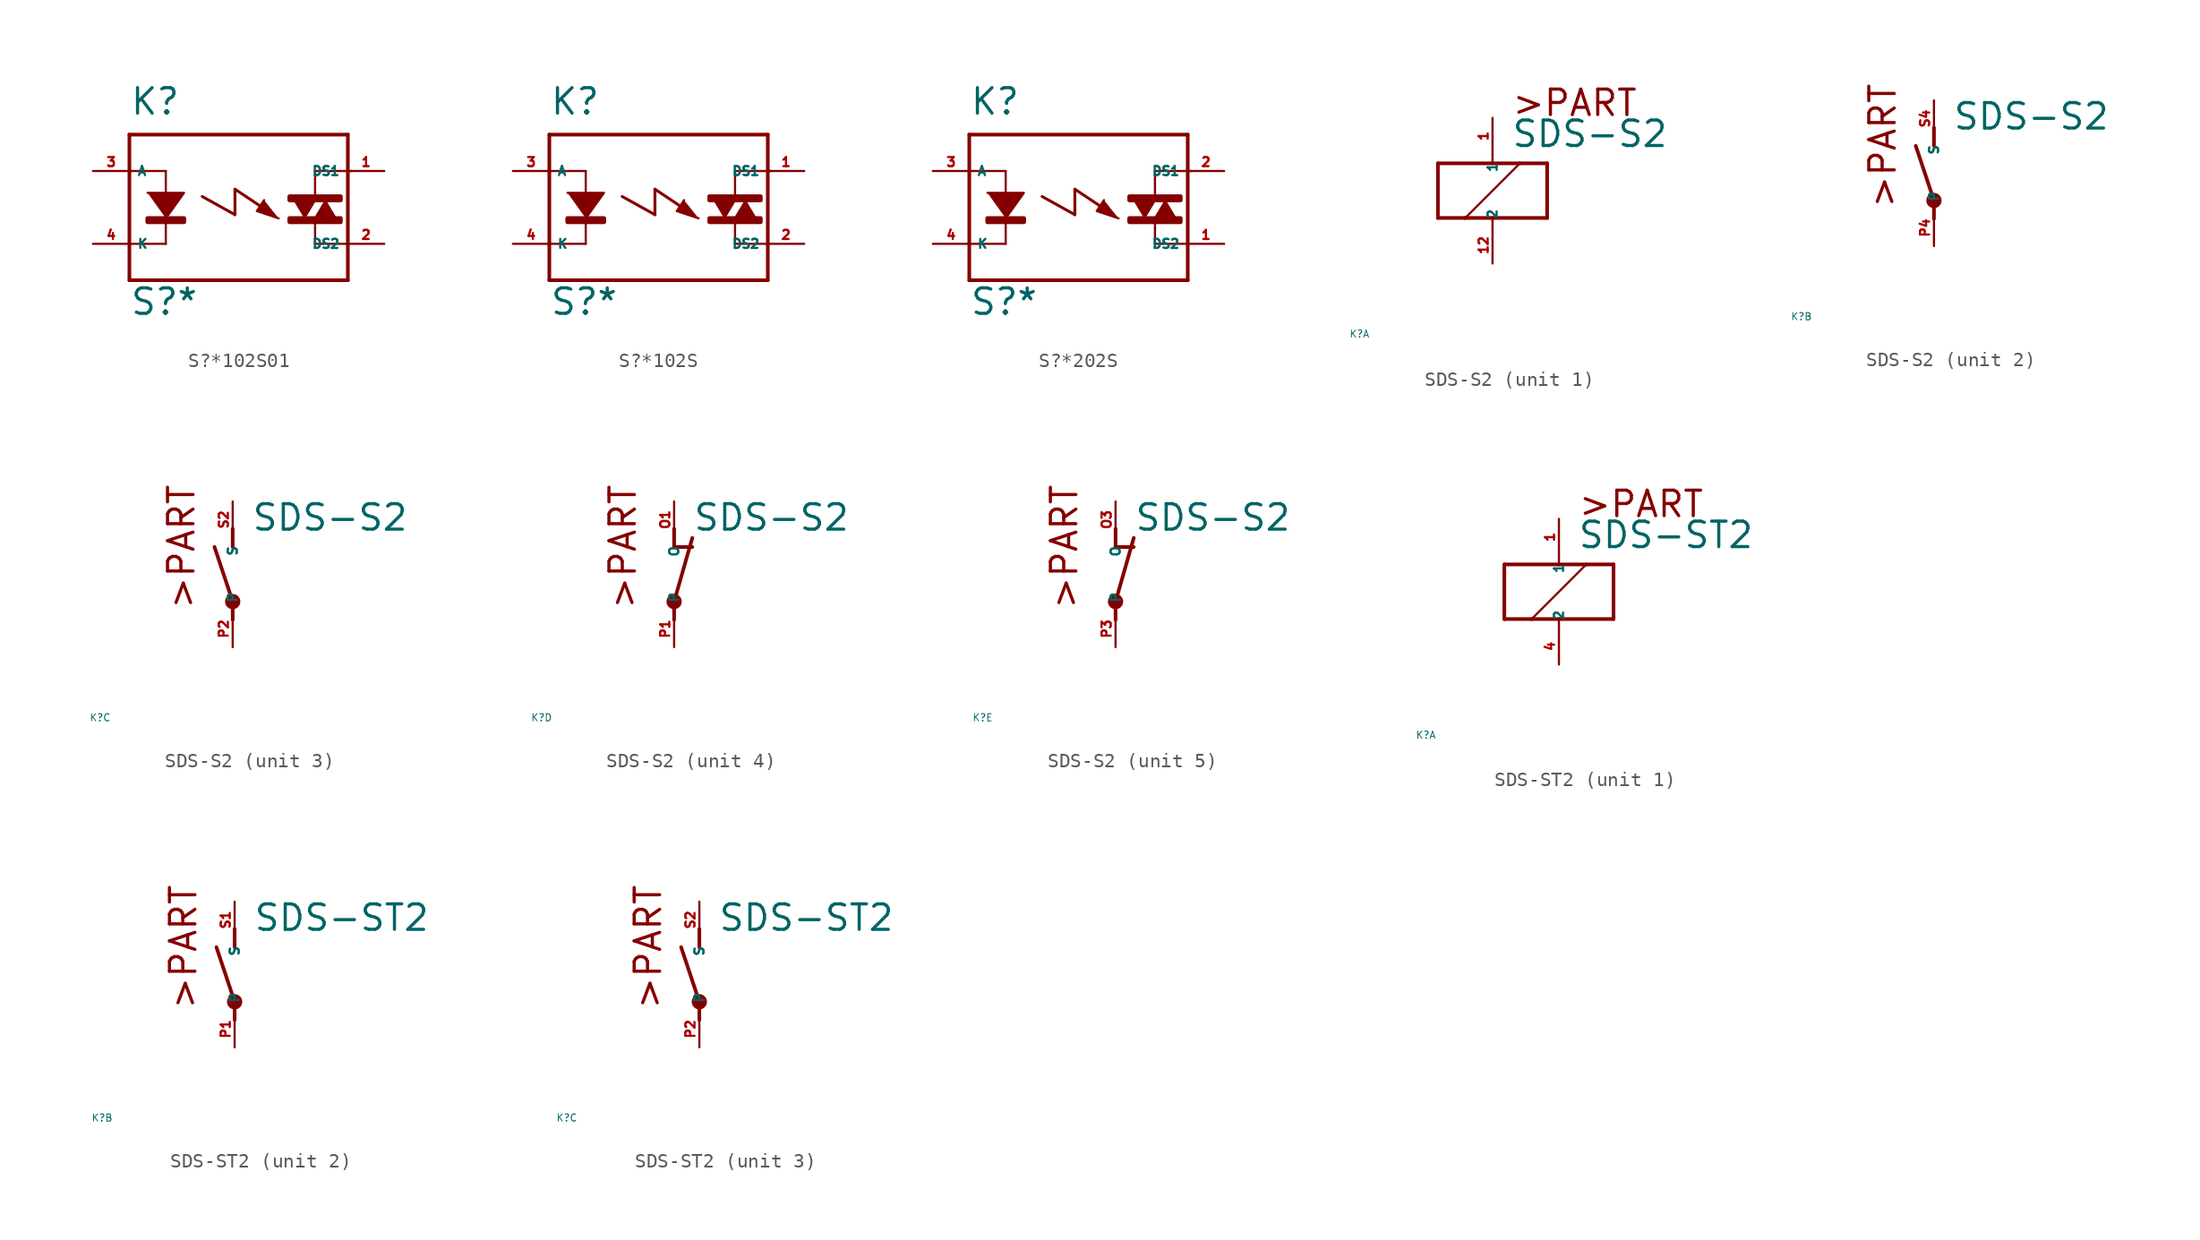
<source format=kicad_sym>
(kicad_symbol_lib
  (version 20220914)
  (generator Eagle2Kicad)
  (symbol "S?*102S01"
    (property "Reference" "K"
      (at -7.62 6.35 0)
      (effects (font (size 1.778 1.778) (thickness 0.22)) (justify left bottom)))
    (property "Value" "S?*"
      (at -7.62 -7.62 0)
      (effects (font (size 1.778 1.778) (thickness 0.22)) (justify left bottom)))
    (polyline
      (pts (xy -6.35 1.016) (xy -3.81 1.016) (xy -5.08 -0.762))
      (stroke (width 0.152) (type default))
      (fill (type outline)))
    (polyline
      (pts (xy 6.096 0.508) (xy 5.334 -0.762) (xy 6.858 -0.762))
      (stroke (width 0.152) (type default))
      (fill (type outline)))
    (polyline
      (pts (xy 1.778 0.508) (xy 1.27 -0.254) (xy 2.794 -0.762))
      (stroke (width 0.152) (type default))
      (fill (type outline)))
    (polyline
      (pts (xy 4.572 -0.762) (xy 5.334 0.508) (xy 3.81 0.508))
      (stroke (width 0.152) (type default))
      (fill (type outline)))
    (polyline
      (pts (xy -5.08 2.54) (xy -5.08 -2.54))
      (stroke (width 0.152) (type default))
      (fill (type none)))
    (polyline
      (pts (xy -7.62 5.08) (xy -7.62 2.54))
      (stroke (width 0.254) (type default))
      (fill (type none)))
    (polyline
      (pts (xy -7.62 2.54) (xy -7.62 -2.54))
      (stroke (width 0.254) (type default))
      (fill (type none)))
    (polyline
      (pts (xy -7.62 -2.54) (xy -7.62 -5.08))
      (stroke (width 0.254) (type default))
      (fill (type none)))
    (polyline
      (pts (xy -7.62 -5.08) (xy 7.62 -5.08))
      (stroke (width 0.254) (type default))
      (fill (type none)))
    (polyline
      (pts (xy 5.334 2.54) (xy 7.874 2.54))
      (stroke (width 0.152) (type default))
      (fill (type none)))
    (polyline
      (pts (xy 5.334 -2.54) (xy 7.62 -2.54))
      (stroke (width 0.152) (type default))
      (fill (type none)))
    (polyline
      (pts (xy 7.62 -5.08) (xy 7.62 5.08))
      (stroke (width 0.254) (type default))
      (fill (type none)))
    (polyline
      (pts (xy 7.62 5.08) (xy -7.62 5.08))
      (stroke (width 0.254) (type default))
      (fill (type none)))
    (polyline
      (pts (xy 5.334 2.54) (xy 5.334 0.762))
      (stroke (width 0.152) (type default))
      (fill (type none)))
    (polyline
      (pts (xy 5.334 -1.016) (xy 5.334 -2.54))
      (stroke (width 0.152) (type default))
      (fill (type none)))
    (polyline
      (pts (xy -5.08 2.54) (xy -7.62 2.54))
      (stroke (width 0.152) (type default))
      (fill (type none)))
    (polyline
      (pts (xy -5.08 -2.54) (xy -7.62 -2.54))
      (stroke (width 0.152) (type default))
      (fill (type none)))
    (polyline
      (pts (xy -2.54 0.762) (xy -0.254 -0.508))
      (stroke (width 0.203) (type default))
      (fill (type none)))
    (polyline
      (pts (xy -0.254 -0.508) (xy -0.254 1.27))
      (stroke (width 0.203) (type default))
      (fill (type none)))
    (polyline
      (pts (xy -0.254 1.27) (xy 1.651 0))
      (stroke (width 0.203) (type default))
      (fill (type none)))
    (rectangle
      (start -6.35 -1.016)
      (end -3.81 -0.762)
      (stroke (width 0.3) (type default))
      (fill (type outline)))
    (rectangle
      (start 3.556 0.508)
      (end 7.112 0.762)
      (stroke (width 0.3) (type default))
      (fill (type outline)))
    (rectangle
      (start 3.556 -1.016)
      (end 7.112 -0.762)
      (stroke (width 0.3) (type default))
      (fill (type outline)))
    (pin passive line
      (at -10.16 2.54 0)
      (length 2.54)
      (name "A" (effects (font (size 0.635 0.635) (thickness 0.08)) (justify left bottom)))
      (number "3" (effects (font (size 0.635 0.635) (thickness 0.08)) (justify left bottom))))
    (pin passive line
      (at -10.16 -2.54 0)
      (length 2.54)
      (name "K" (effects (font (size 0.635 0.635) (thickness 0.08)) (justify left bottom)))
      (number "4" (effects (font (size 0.635 0.635) (thickness 0.08)) (justify left bottom))))
    (pin passive line
      (at 10.16 2.54 180)
      (length 2.54)
      (name "DS1" (effects (font (size 0.635 0.635) (thickness 0.08)) (justify left bottom)))
      (number "1" (effects (font (size 0.635 0.635) (thickness 0.08)) (justify left bottom))))
    (pin passive line
      (at 10.16 -2.54 180)
      (length 2.54)
      (name "DS2" (effects (font (size 0.635 0.635) (thickness 0.08)) (justify left bottom)))
      (number "2" (effects (font (size 0.635 0.635) (thickness 0.08)) (justify left bottom)))))
  (symbol "S?*102S"
    (property "Reference" "K"
      (at -7.62 6.35 0)
      (effects (font (size 1.778 1.778) (thickness 0.22)) (justify left bottom)))
    (property "Value" "S?*"
      (at -7.62 -7.62 0)
      (effects (font (size 1.778 1.778) (thickness 0.22)) (justify left bottom)))
    (polyline
      (pts (xy -6.35 1.016) (xy -3.81 1.016) (xy -5.08 -0.762))
      (stroke (width 0.152) (type default))
      (fill (type outline)))
    (polyline
      (pts (xy 6.096 0.508) (xy 5.334 -0.762) (xy 6.858 -0.762))
      (stroke (width 0.152) (type default))
      (fill (type outline)))
    (polyline
      (pts (xy 1.778 0.508) (xy 1.27 -0.254) (xy 2.794 -0.762))
      (stroke (width 0.152) (type default))
      (fill (type outline)))
    (polyline
      (pts (xy 4.572 -0.762) (xy 5.334 0.508) (xy 3.81 0.508))
      (stroke (width 0.152) (type default))
      (fill (type outline)))
    (polyline
      (pts (xy -5.08 2.54) (xy -5.08 -2.54))
      (stroke (width 0.152) (type default))
      (fill (type none)))
    (polyline
      (pts (xy -7.62 5.08) (xy -7.62 2.54))
      (stroke (width 0.254) (type default))
      (fill (type none)))
    (polyline
      (pts (xy -7.62 2.54) (xy -7.62 -2.54))
      (stroke (width 0.254) (type default))
      (fill (type none)))
    (polyline
      (pts (xy -7.62 -2.54) (xy -7.62 -5.08))
      (stroke (width 0.254) (type default))
      (fill (type none)))
    (polyline
      (pts (xy -7.62 -5.08) (xy 7.62 -5.08))
      (stroke (width 0.254) (type default))
      (fill (type none)))
    (polyline
      (pts (xy 5.334 2.54) (xy 7.874 2.54))
      (stroke (width 0.152) (type default))
      (fill (type none)))
    (polyline
      (pts (xy 5.334 -2.54) (xy 7.62 -2.54))
      (stroke (width 0.152) (type default))
      (fill (type none)))
    (polyline
      (pts (xy 7.62 -5.08) (xy 7.62 5.08))
      (stroke (width 0.254) (type default))
      (fill (type none)))
    (polyline
      (pts (xy 7.62 5.08) (xy -7.62 5.08))
      (stroke (width 0.254) (type default))
      (fill (type none)))
    (polyline
      (pts (xy 5.334 2.54) (xy 5.334 0.762))
      (stroke (width 0.152) (type default))
      (fill (type none)))
    (polyline
      (pts (xy 5.334 -1.016) (xy 5.334 -2.54))
      (stroke (width 0.152) (type default))
      (fill (type none)))
    (polyline
      (pts (xy -5.08 2.54) (xy -7.62 2.54))
      (stroke (width 0.152) (type default))
      (fill (type none)))
    (polyline
      (pts (xy -5.08 -2.54) (xy -7.62 -2.54))
      (stroke (width 0.152) (type default))
      (fill (type none)))
    (polyline
      (pts (xy -2.54 0.762) (xy -0.254 -0.508))
      (stroke (width 0.203) (type default))
      (fill (type none)))
    (polyline
      (pts (xy -0.254 -0.508) (xy -0.254 1.27))
      (stroke (width 0.203) (type default))
      (fill (type none)))
    (polyline
      (pts (xy -0.254 1.27) (xy 1.651 0))
      (stroke (width 0.203) (type default))
      (fill (type none)))
    (rectangle
      (start -6.35 -1.016)
      (end -3.81 -0.762)
      (stroke (width 0.3) (type default))
      (fill (type outline)))
    (rectangle
      (start 3.556 0.508)
      (end 7.112 0.762)
      (stroke (width 0.3) (type default))
      (fill (type outline)))
    (rectangle
      (start 3.556 -1.016)
      (end 7.112 -0.762)
      (stroke (width 0.3) (type default))
      (fill (type outline)))
    (pin passive line
      (at -10.16 2.54 0)
      (length 2.54)
      (name "A" (effects (font (size 0.635 0.635) (thickness 0.08)) (justify left bottom)))
      (number "3" (effects (font (size 0.635 0.635) (thickness 0.08)) (justify left bottom))))
    (pin passive line
      (at -10.16 -2.54 0)
      (length 2.54)
      (name "K" (effects (font (size 0.635 0.635) (thickness 0.08)) (justify left bottom)))
      (number "4" (effects (font (size 0.635 0.635) (thickness 0.08)) (justify left bottom))))
    (pin passive line
      (at 10.16 2.54 180)
      (length 2.54)
      (name "DS1" (effects (font (size 0.635 0.635) (thickness 0.08)) (justify left bottom)))
      (number "1" (effects (font (size 0.635 0.635) (thickness 0.08)) (justify left bottom))))
    (pin passive line
      (at 10.16 -2.54 180)
      (length 2.54)
      (name "DS2" (effects (font (size 0.635 0.635) (thickness 0.08)) (justify left bottom)))
      (number "2" (effects (font (size 0.635 0.635) (thickness 0.08)) (justify left bottom)))))
  (symbol "S?*202S"
    (property "Reference" "K"
      (at -7.62 6.35 0)
      (effects (font (size 1.778 1.778) (thickness 0.22)) (justify left bottom)))
    (property "Value" "S?*"
      (at -7.62 -7.62 0)
      (effects (font (size 1.778 1.778) (thickness 0.22)) (justify left bottom)))
    (polyline
      (pts (xy -6.35 1.016) (xy -3.81 1.016) (xy -5.08 -0.762))
      (stroke (width 0.152) (type default))
      (fill (type outline)))
    (polyline
      (pts (xy 6.096 0.508) (xy 5.334 -0.762) (xy 6.858 -0.762))
      (stroke (width 0.152) (type default))
      (fill (type outline)))
    (polyline
      (pts (xy 1.778 0.508) (xy 1.27 -0.254) (xy 2.794 -0.762))
      (stroke (width 0.152) (type default))
      (fill (type outline)))
    (polyline
      (pts (xy 4.572 -0.762) (xy 5.334 0.508) (xy 3.81 0.508))
      (stroke (width 0.152) (type default))
      (fill (type outline)))
    (polyline
      (pts (xy -5.08 2.54) (xy -5.08 -2.54))
      (stroke (width 0.152) (type default))
      (fill (type none)))
    (polyline
      (pts (xy -7.62 5.08) (xy -7.62 2.54))
      (stroke (width 0.254) (type default))
      (fill (type none)))
    (polyline
      (pts (xy -7.62 2.54) (xy -7.62 -2.54))
      (stroke (width 0.254) (type default))
      (fill (type none)))
    (polyline
      (pts (xy -7.62 -2.54) (xy -7.62 -5.08))
      (stroke (width 0.254) (type default))
      (fill (type none)))
    (polyline
      (pts (xy -7.62 -5.08) (xy 7.62 -5.08))
      (stroke (width 0.254) (type default))
      (fill (type none)))
    (polyline
      (pts (xy 5.334 2.54) (xy 7.874 2.54))
      (stroke (width 0.152) (type default))
      (fill (type none)))
    (polyline
      (pts (xy 5.334 -2.54) (xy 7.62 -2.54))
      (stroke (width 0.152) (type default))
      (fill (type none)))
    (polyline
      (pts (xy 7.62 -5.08) (xy 7.62 5.08))
      (stroke (width 0.254) (type default))
      (fill (type none)))
    (polyline
      (pts (xy 7.62 5.08) (xy -7.62 5.08))
      (stroke (width 0.254) (type default))
      (fill (type none)))
    (polyline
      (pts (xy 5.334 2.54) (xy 5.334 0.762))
      (stroke (width 0.152) (type default))
      (fill (type none)))
    (polyline
      (pts (xy 5.334 -1.016) (xy 5.334 -2.54))
      (stroke (width 0.152) (type default))
      (fill (type none)))
    (polyline
      (pts (xy -5.08 2.54) (xy -7.62 2.54))
      (stroke (width 0.152) (type default))
      (fill (type none)))
    (polyline
      (pts (xy -5.08 -2.54) (xy -7.62 -2.54))
      (stroke (width 0.152) (type default))
      (fill (type none)))
    (polyline
      (pts (xy -2.54 0.762) (xy -0.254 -0.508))
      (stroke (width 0.203) (type default))
      (fill (type none)))
    (polyline
      (pts (xy -0.254 -0.508) (xy -0.254 1.27))
      (stroke (width 0.203) (type default))
      (fill (type none)))
    (polyline
      (pts (xy -0.254 1.27) (xy 1.651 0))
      (stroke (width 0.203) (type default))
      (fill (type none)))
    (rectangle
      (start -6.35 -1.016)
      (end -3.81 -0.762)
      (stroke (width 0.3) (type default))
      (fill (type outline)))
    (rectangle
      (start 3.556 0.508)
      (end 7.112 0.762)
      (stroke (width 0.3) (type default))
      (fill (type outline)))
    (rectangle
      (start 3.556 -1.016)
      (end 7.112 -0.762)
      (stroke (width 0.3) (type default))
      (fill (type outline)))
    (pin passive line
      (at -10.16 2.54 0)
      (length 2.54)
      (name "A" (effects (font (size 0.635 0.635) (thickness 0.08)) (justify left bottom)))
      (number "3" (effects (font (size 0.635 0.635) (thickness 0.08)) (justify left bottom))))
    (pin passive line
      (at -10.16 -2.54 0)
      (length 2.54)
      (name "K" (effects (font (size 0.635 0.635) (thickness 0.08)) (justify left bottom)))
      (number "4" (effects (font (size 0.635 0.635) (thickness 0.08)) (justify left bottom))))
    (pin passive line
      (at 10.16 2.54 180)
      (length 2.54)
      (name "DS1" (effects (font (size 0.635 0.635) (thickness 0.08)) (justify left bottom)))
      (number "2" (effects (font (size 0.635 0.635) (thickness 0.08)) (justify left bottom))))
    (pin passive line
      (at 10.16 -2.54 180)
      (length 2.54)
      (name "DS2" (effects (font (size 0.635 0.635) (thickness 0.08)) (justify left bottom)))
      (number "1" (effects (font (size 0.635 0.635) (thickness 0.08)) (justify left bottom)))))
  (symbol "SDS-S2"
    (property "Reference" "K"
      (at -10 -10 0)
      (effects (font (size 0.5 0.5) (thickness 0.06)) (justify left)))
    (property "Value" "SDS-S2"
      (at 1.27 2.921 0)
      (effects (font (size 1.778 1.778) (thickness 0.22)) (justify left bottom)))
    (symbol "SDS-S2_1_0"
      (polyline (pts (xy -3.81 -1.905) (xy -1.905 -1.905)) (stroke (width 0.254) (type default)) (fill (type none)))
      (polyline (pts (xy 3.81 -1.905) (xy 3.81 1.905)) (stroke (width 0.254) (type default)) (fill (type none)))
      (polyline (pts (xy 3.81 1.905) (xy 1.905 1.905)) (stroke (width 0.254) (type default)) (fill (type none)))
      (polyline (pts (xy -3.81 1.905) (xy -3.81 -1.905)) (stroke (width 0.254) (type default)) (fill (type none)))
      (polyline (pts (xy 0 -2.54) (xy 0 -1.905)) (stroke (width 0.152) (type default)) (fill (type none)))
      (polyline (pts (xy 0 -1.905) (xy 3.81 -1.905)) (stroke (width 0.254) (type default)) (fill (type none)))
      (polyline (pts (xy 0 2.54) (xy 0 1.905)) (stroke (width 0.152) (type default)) (fill (type none)))
      (polyline (pts (xy 0 1.905) (xy -3.81 1.905)) (stroke (width 0.254) (type default)) (fill (type none)))
      (polyline (pts (xy -1.905 -1.905) (xy 1.905 1.905)) (stroke (width 0.152) (type default)) (fill (type none)))
      (polyline (pts (xy -1.905 -1.905) (xy 0 -1.905)) (stroke (width 0.254) (type default)) (fill (type none)))
      (polyline (pts (xy 1.905 1.905) (xy 0 1.905)) (stroke (width 0.254) (type default)) (fill (type none)))
      (text ">PART" (at 1.27 5.08 0) (effects (font (size 1.778 1.778) (thickness 0.22)) (justify left bottom)))
      (pin passive line (at 0 -5.08 90) (length 2.54) (name "2" (effects (font (size 0.635 0.635) (thickness 0.08)) (justify left bottom))) (number "12" (effects (font (size 0.635 0.635) (thickness 0.08)) (justify left bottom))))
      (pin passive line (at 0 5.08 270) (length 2.54) (name "1" (effects (font (size 0.635 0.635) (thickness 0.08)) (justify left bottom))) (number "1" (effects (font (size 0.635 0.635) (thickness 0.08)) (justify left bottom)))))
    (symbol "SDS-S2_2_0"
      (polyline (pts (xy 0 3.175) (xy 0 1.905)) (stroke (width 0.254) (type default)) (fill (type none)))
      (polyline (pts (xy 0 -3.175) (xy 0 -1.905)) (stroke (width 0.254) (type default)) (fill (type none)))
      (polyline (pts (xy 0 -1.905) (xy -1.27 1.905)) (stroke (width 0.254) (type default)) (fill (type none)))
      (text ">PART" (at -2.54 -2.54 900) (effects (font (size 1.778 1.778) (thickness 0.22)) (justify left bottom)))
      (circle (center 0 -1.905) (radius 0.127) (stroke (width 0.406) (type default)) (fill (type none)))
      (pin passive line (at 0 -5.08 90) (length 2.54) (name "P" (effects (font (size 0.635 0.635) (thickness 0.08)) (justify left bottom))) (number "P4" (effects (font (size 0.635 0.635) (thickness 0.08)) (justify left bottom))))
      (pin passive line (at 0 5.08 270) (length 2.54) (name "S" (effects (font (size 0.635 0.635) (thickness 0.08)) (justify left bottom))) (number "S4" (effects (font (size 0.635 0.635) (thickness 0.08)) (justify left bottom)))))
    (symbol "SDS-S2_3_0"
      (polyline (pts (xy 0 3.175) (xy 0 1.905)) (stroke (width 0.254) (type default)) (fill (type none)))
      (polyline (pts (xy 0 -3.175) (xy 0 -1.905)) (stroke (width 0.254) (type default)) (fill (type none)))
      (polyline (pts (xy 0 -1.905) (xy -1.27 1.905)) (stroke (width 0.254) (type default)) (fill (type none)))
      (text ">PART" (at -2.54 -2.54 900) (effects (font (size 1.778 1.778) (thickness 0.22)) (justify left bottom)))
      (circle (center 0 -1.905) (radius 0.127) (stroke (width 0.406) (type default)) (fill (type none)))
      (pin passive line (at 0 -5.08 90) (length 2.54) (name "P" (effects (font (size 0.635 0.635) (thickness 0.08)) (justify left bottom))) (number "P2" (effects (font (size 0.635 0.635) (thickness 0.08)) (justify left bottom))))
      (pin passive line (at 0 5.08 270) (length 2.54) (name "S" (effects (font (size 0.635 0.635) (thickness 0.08)) (justify left bottom))) (number "S2" (effects (font (size 0.635 0.635) (thickness 0.08)) (justify left bottom)))))
    (symbol "SDS-S2_4_0"
      (polyline (pts (xy 0 -1.905) (xy 1.27 2.54)) (stroke (width 0.254) (type default)) (fill (type none)))
      (polyline (pts (xy 1.27 1.905) (xy 0 1.905)) (stroke (width 0.254) (type default)) (fill (type none)))
      (polyline (pts (xy 0 1.905) (xy 0 3.175)) (stroke (width 0.254) (type default)) (fill (type none)))
      (polyline (pts (xy 0 -3.175) (xy 0 -1.905)) (stroke (width 0.254) (type default)) (fill (type none)))
      (text ">PART" (at -2.54 -2.54 900) (effects (font (size 1.778 1.778) (thickness 0.22)) (justify left bottom)))
      (circle (center 0 -1.905) (radius 0.127) (stroke (width 0.406) (type default)) (fill (type none)))
      (pin passive line (at 0 -5.08 90) (length 2.54) (name "P" (effects (font (size 0.635 0.635) (thickness 0.08)) (justify left bottom))) (number "P1" (effects (font (size 0.635 0.635) (thickness 0.08)) (justify left bottom))))
      (pin passive line (at 0 5.08 270) (length 2.54) (name "O" (effects (font (size 0.635 0.635) (thickness 0.08)) (justify left bottom))) (number "O1" (effects (font (size 0.635 0.635) (thickness 0.08)) (justify left bottom)))))
    (symbol "SDS-S2_5_0"
      (polyline (pts (xy 0 -1.905) (xy 1.27 2.54)) (stroke (width 0.254) (type default)) (fill (type none)))
      (polyline (pts (xy 1.27 1.905) (xy 0 1.905)) (stroke (width 0.254) (type default)) (fill (type none)))
      (polyline (pts (xy 0 1.905) (xy 0 3.175)) (stroke (width 0.254) (type default)) (fill (type none)))
      (polyline (pts (xy 0 -3.175) (xy 0 -1.905)) (stroke (width 0.254) (type default)) (fill (type none)))
      (text ">PART" (at -2.54 -2.54 900) (effects (font (size 1.778 1.778) (thickness 0.22)) (justify left bottom)))
      (circle (center 0 -1.905) (radius 0.127) (stroke (width 0.406) (type default)) (fill (type none)))
      (pin passive line (at 0 -5.08 90) (length 2.54) (name "P" (effects (font (size 0.635 0.635) (thickness 0.08)) (justify left bottom))) (number "P3" (effects (font (size 0.635 0.635) (thickness 0.08)) (justify left bottom))))
      (pin passive line (at 0 5.08 270) (length 2.54) (name "O" (effects (font (size 0.635 0.635) (thickness 0.08)) (justify left bottom))) (number "O3" (effects (font (size 0.635 0.635) (thickness 0.08)) (justify left bottom))))))
  (symbol "SDS-ST2"
    (property "Reference" "K"
      (at -10 -10 0)
      (effects (font (size 0.5 0.5) (thickness 0.06)) (justify left)))
    (property "Value" "SDS-ST2"
      (at 1.27 2.921 0)
      (effects (font (size 1.778 1.778) (thickness 0.22)) (justify left bottom)))
    (symbol "SDS-ST2_1_0"
      (polyline (pts (xy -3.81 -1.905) (xy -1.905 -1.905)) (stroke (width 0.254) (type default)) (fill (type none)))
      (polyline (pts (xy 3.81 -1.905) (xy 3.81 1.905)) (stroke (width 0.254) (type default)) (fill (type none)))
      (polyline (pts (xy 3.81 1.905) (xy 1.905 1.905)) (stroke (width 0.254) (type default)) (fill (type none)))
      (polyline (pts (xy -3.81 1.905) (xy -3.81 -1.905)) (stroke (width 0.254) (type default)) (fill (type none)))
      (polyline (pts (xy 0 -2.54) (xy 0 -1.905)) (stroke (width 0.152) (type default)) (fill (type none)))
      (polyline (pts (xy 0 -1.905) (xy 3.81 -1.905)) (stroke (width 0.254) (type default)) (fill (type none)))
      (polyline (pts (xy 0 2.54) (xy 0 1.905)) (stroke (width 0.152) (type default)) (fill (type none)))
      (polyline (pts (xy 0 1.905) (xy -3.81 1.905)) (stroke (width 0.254) (type default)) (fill (type none)))
      (polyline (pts (xy -1.905 -1.905) (xy 1.905 1.905)) (stroke (width 0.152) (type default)) (fill (type none)))
      (polyline (pts (xy -1.905 -1.905) (xy 0 -1.905)) (stroke (width 0.254) (type default)) (fill (type none)))
      (polyline (pts (xy 1.905 1.905) (xy 0 1.905)) (stroke (width 0.254) (type default)) (fill (type none)))
      (text ">PART" (at 1.27 5.08 0) (effects (font (size 1.778 1.778) (thickness 0.22)) (justify left bottom)))
      (pin passive line (at 0 -5.08 90) (length 2.54) (name "2" (effects (font (size 0.635 0.635) (thickness 0.08)) (justify left bottom))) (number "4" (effects (font (size 0.635 0.635) (thickness 0.08)) (justify left bottom))))
      (pin passive line (at 0 5.08 270) (length 2.54) (name "1" (effects (font (size 0.635 0.635) (thickness 0.08)) (justify left bottom))) (number "1" (effects (font (size 0.635 0.635) (thickness 0.08)) (justify left bottom)))))
    (symbol "SDS-ST2_2_0"
      (polyline (pts (xy 0 3.175) (xy 0 1.905)) (stroke (width 0.254) (type default)) (fill (type none)))
      (polyline (pts (xy 0 -3.175) (xy 0 -1.905)) (stroke (width 0.254) (type default)) (fill (type none)))
      (polyline (pts (xy 0 -1.905) (xy -1.27 1.905)) (stroke (width 0.254) (type default)) (fill (type none)))
      (text ">PART" (at -2.54 -2.54 900) (effects (font (size 1.778 1.778) (thickness 0.22)) (justify left bottom)))
      (circle (center 0 -1.905) (radius 0.127) (stroke (width 0.406) (type default)) (fill (type none)))
      (pin passive line (at 0 -5.08 90) (length 2.54) (name "P" (effects (font (size 0.635 0.635) (thickness 0.08)) (justify left bottom))) (number "P1" (effects (font (size 0.635 0.635) (thickness 0.08)) (justify left bottom))))
      (pin passive line (at 0 5.08 270) (length 2.54) (name "S" (effects (font (size 0.635 0.635) (thickness 0.08)) (justify left bottom))) (number "S1" (effects (font (size 0.635 0.635) (thickness 0.08)) (justify left bottom)))))
    (symbol "SDS-ST2_3_0"
      (polyline (pts (xy 0 3.175) (xy 0 1.905)) (stroke (width 0.254) (type default)) (fill (type none)))
      (polyline (pts (xy 0 -3.175) (xy 0 -1.905)) (stroke (width 0.254) (type default)) (fill (type none)))
      (polyline (pts (xy 0 -1.905) (xy -1.27 1.905)) (stroke (width 0.254) (type default)) (fill (type none)))
      (text ">PART" (at -2.54 -2.54 900) (effects (font (size 1.778 1.778) (thickness 0.22)) (justify left bottom)))
      (circle (center 0 -1.905) (radius 0.127) (stroke (width 0.406) (type default)) (fill (type none)))
      (pin passive line (at 0 -5.08 90) (length 2.54) (name "P" (effects (font (size 0.635 0.635) (thickness 0.08)) (justify left bottom))) (number "P2" (effects (font (size 0.635 0.635) (thickness 0.08)) (justify left bottom))))
      (pin passive line (at 0 5.08 270) (length 2.54) (name "S" (effects (font (size 0.635 0.635) (thickness 0.08)) (justify left bottom))) (number "S2" (effects (font (size 0.635 0.635) (thickness 0.08)) (justify left bottom)))))))
</source>
